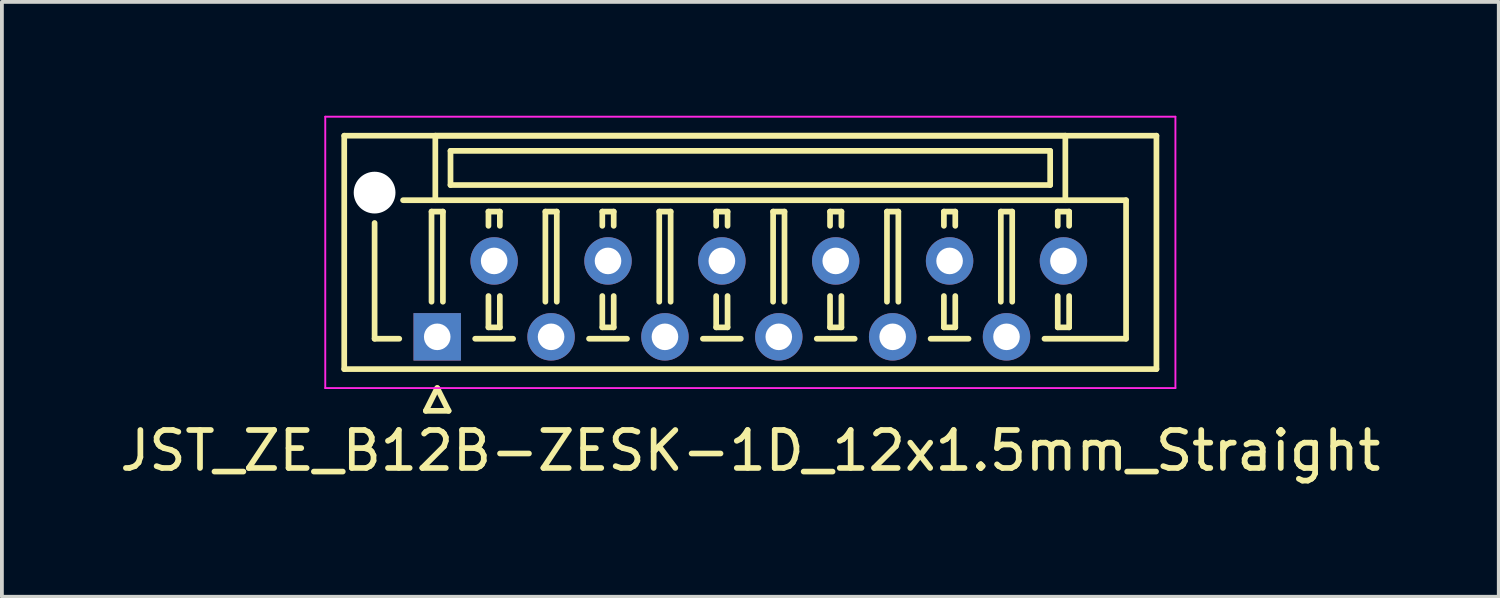
<source format=kicad_pcb>
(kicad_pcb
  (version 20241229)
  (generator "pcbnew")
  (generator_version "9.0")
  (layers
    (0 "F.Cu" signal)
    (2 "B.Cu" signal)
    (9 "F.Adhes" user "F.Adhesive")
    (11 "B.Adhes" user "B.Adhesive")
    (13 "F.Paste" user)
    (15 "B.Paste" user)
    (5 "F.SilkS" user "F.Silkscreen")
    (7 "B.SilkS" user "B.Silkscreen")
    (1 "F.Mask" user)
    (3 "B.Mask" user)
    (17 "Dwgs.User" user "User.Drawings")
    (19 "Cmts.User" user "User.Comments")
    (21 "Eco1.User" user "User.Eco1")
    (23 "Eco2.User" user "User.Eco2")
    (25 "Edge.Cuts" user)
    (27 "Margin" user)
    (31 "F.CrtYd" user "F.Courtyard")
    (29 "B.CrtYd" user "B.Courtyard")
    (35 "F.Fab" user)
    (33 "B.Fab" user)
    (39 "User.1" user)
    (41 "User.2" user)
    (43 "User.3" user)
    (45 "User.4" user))
  (footprint "JST_ZE_B12B-ZESK-1D_12x1.5mm_Straight"
    (layer "F.Cu")
    (at 8.47 5.825)
    (property "Reference" "JST_ZE_B12B-ZESK-1D_12x1.5mm_Straight" (at 8.25 3 0) (layer "F.SilkS") (effects (font (size 1 1) (thickness 0.15))))
    (attr through_hole)
    (fp_line (start -2.45 -5.3) (end -2.45 0.85) (stroke (width 0.15) (type solid)) (layer "F.SilkS"))
    (fp_line (start -2.45 0.85) (end 18.95 0.85) (stroke (width 0.15) (type solid)) (layer "F.SilkS"))
    (fp_line (start -1.65 -3) (end -1.65 0.05) (stroke (width 0.15) (type solid)) (layer "F.SilkS"))
    (fp_line (start -1.65 0.05) (end -1 0.05) (stroke (width 0.15) (type solid)) (layer "F.SilkS"))
    (fp_line (start -0.3 1.95) (end 0 1.35) (stroke (width 0.15) (type solid)) (layer "F.SilkS"))
    (fp_line (start -0.15 -3.3) (end 0.15 -3.3) (stroke (width 0.15) (type solid)) (layer "F.SilkS"))
    (fp_line (start -0.15 -0.925) (end -0.15 -3.3) (stroke (width 0.15) (type solid)) (layer "F.SilkS"))
    (fp_line (start -0.05 -5.3) (end -0.05 -3.6) (stroke (width 0.15) (type solid)) (layer "F.SilkS"))
    (fp_line (start -0.05 -3.6) (end -0.9 -3.6) (stroke (width 0.15) (type solid)) (layer "F.SilkS"))
    (fp_line (start -0.05 -3.6) (end 16.55 -3.6) (stroke (width 0.15) (type solid)) (layer "F.SilkS"))
    (fp_line (start 0 1.35) (end 0.3 1.95) (stroke (width 0.15) (type solid)) (layer "F.SilkS"))
    (fp_line (start 0.15 -3.3) (end 0.15 -0.925) (stroke (width 0.15) (type solid)) (layer "F.SilkS"))
    (fp_line (start 0.3 1.95) (end -0.3 1.95) (stroke (width 0.15) (type solid)) (layer "F.SilkS"))
    (fp_line (start 0.35 -4.9) (end 0.35 -4) (stroke (width 0.15) (type solid)) (layer "F.SilkS"))
    (fp_line (start 0.35 -4) (end 16.15 -4) (stroke (width 0.15) (type solid)) (layer "F.SilkS"))
    (fp_line (start 1 0.05) (end 2 0.05) (stroke (width 0.15) (type solid)) (layer "F.SilkS"))
    (fp_line (start 1.35 -3.3) (end 1.65 -3.3) (stroke (width 0.15) (type solid)) (layer "F.SilkS"))
    (fp_line (start 1.35 -2.925) (end 1.35 -3.3) (stroke (width 0.15) (type solid)) (layer "F.SilkS"))
    (fp_line (start 1.35 -1.075) (end 1.35 -0.25) (stroke (width 0.15) (type solid)) (layer "F.SilkS"))
    (fp_line (start 1.35 -0.25) (end 1.65 -0.25) (stroke (width 0.15) (type solid)) (layer "F.SilkS"))
    (fp_line (start 1.65 -3.3) (end 1.65 -2.925) (stroke (width 0.15) (type solid)) (layer "F.SilkS"))
    (fp_line (start 1.65 -0.25) (end 1.65 -1.075) (stroke (width 0.15) (type solid)) (layer "F.SilkS"))
    (fp_line (start 2.85 -3.3) (end 3.15 -3.3) (stroke (width 0.15) (type solid)) (layer "F.SilkS"))
    (fp_line (start 2.85 -0.925) (end 2.85 -3.3) (stroke (width 0.15) (type solid)) (layer "F.SilkS"))
    (fp_line (start 3.15 -3.3) (end 3.15 -0.925) (stroke (width 0.15) (type solid)) (layer "F.SilkS"))
    (fp_line (start 4 0.05) (end 5 0.05) (stroke (width 0.15) (type solid)) (layer "F.SilkS"))
    (fp_line (start 4.35 -3.3) (end 4.65 -3.3) (stroke (width 0.15) (type solid)) (layer "F.SilkS"))
    (fp_line (start 4.35 -2.925) (end 4.35 -3.3) (stroke (width 0.15) (type solid)) (layer "F.SilkS"))
    (fp_line (start 4.35 -1.075) (end 4.35 -0.25) (stroke (width 0.15) (type solid)) (layer "F.SilkS"))
    (fp_line (start 4.35 -0.25) (end 4.65 -0.25) (stroke (width 0.15) (type solid)) (layer "F.SilkS"))
    (fp_line (start 4.65 -3.3) (end 4.65 -2.925) (stroke (width 0.15) (type solid)) (layer "F.SilkS"))
    (fp_line (start 4.65 -0.25) (end 4.65 -1.075) (stroke (width 0.15) (type solid)) (layer "F.SilkS"))
    (fp_line (start 5.85 -3.3) (end 6.15 -3.3) (stroke (width 0.15) (type solid)) (layer "F.SilkS"))
    (fp_line (start 5.85 -0.925) (end 5.85 -3.3) (stroke (width 0.15) (type solid)) (layer "F.SilkS"))
    (fp_line (start 6.15 -3.3) (end 6.15 -0.925) (stroke (width 0.15) (type solid)) (layer "F.SilkS"))
    (fp_line (start 7 0.05) (end 8 0.05) (stroke (width 0.15) (type solid)) (layer "F.SilkS"))
    (fp_line (start 7.35 -3.3) (end 7.65 -3.3) (stroke (width 0.15) (type solid)) (layer "F.SilkS"))
    (fp_line (start 7.35 -2.925) (end 7.35 -3.3) (stroke (width 0.15) (type solid)) (layer "F.SilkS"))
    (fp_line (start 7.35 -1.075) (end 7.35 -0.25) (stroke (width 0.15) (type solid)) (layer "F.SilkS"))
    (fp_line (start 7.35 -0.25) (end 7.65 -0.25) (stroke (width 0.15) (type solid)) (layer "F.SilkS"))
    (fp_line (start 7.65 -3.3) (end 7.65 -2.925) (stroke (width 0.15) (type solid)) (layer "F.SilkS"))
    (fp_line (start 7.65 -0.25) (end 7.65 -1.075) (stroke (width 0.15) (type solid)) (layer "F.SilkS"))
    (fp_line (start 8.85 -3.3) (end 9.15 -3.3) (stroke (width 0.15) (type solid)) (layer "F.SilkS"))
    (fp_line (start 8.85 -0.925) (end 8.85 -3.3) (stroke (width 0.15) (type solid)) (layer "F.SilkS"))
    (fp_line (start 9.15 -3.3) (end 9.15 -0.925) (stroke (width 0.15) (type solid)) (layer "F.SilkS"))
    (fp_line (start 10 0.05) (end 11 0.05) (stroke (width 0.15) (type solid)) (layer "F.SilkS"))
    (fp_line (start 10.35 -3.3) (end 10.65 -3.3) (stroke (width 0.15) (type solid)) (layer "F.SilkS"))
    (fp_line (start 10.35 -2.925) (end 10.35 -3.3) (stroke (width 0.15) (type solid)) (layer "F.SilkS"))
    (fp_line (start 10.35 -1.075) (end 10.35 -0.25) (stroke (width 0.15) (type solid)) (layer "F.SilkS"))
    (fp_line (start 10.35 -0.25) (end 10.65 -0.25) (stroke (width 0.15) (type solid)) (layer "F.SilkS"))
    (fp_line (start 10.65 -3.3) (end 10.65 -2.925) (stroke (width 0.15) (type solid)) (layer "F.SilkS"))
    (fp_line (start 10.65 -0.25) (end 10.65 -1.075) (stroke (width 0.15) (type solid)) (layer "F.SilkS"))
    (fp_line (start 11.85 -3.3) (end 12.15 -3.3) (stroke (width 0.15) (type solid)) (layer "F.SilkS"))
    (fp_line (start 11.85 -0.925) (end 11.85 -3.3) (stroke (width 0.15) (type solid)) (layer "F.SilkS"))
    (fp_line (start 12.15 -3.3) (end 12.15 -0.925) (stroke (width 0.15) (type solid)) (layer "F.SilkS"))
    (fp_line (start 13 0.05) (end 14 0.05) (stroke (width 0.15) (type solid)) (layer "F.SilkS"))
    (fp_line (start 13.35 -3.3) (end 13.65 -3.3) (stroke (width 0.15) (type solid)) (layer "F.SilkS"))
    (fp_line (start 13.35 -2.925) (end 13.35 -3.3) (stroke (width 0.15) (type solid)) (layer "F.SilkS"))
    (fp_line (start 13.35 -1.075) (end 13.35 -0.25) (stroke (width 0.15) (type solid)) (layer "F.SilkS"))
    (fp_line (start 13.35 -0.25) (end 13.65 -0.25) (stroke (width 0.15) (type solid)) (layer "F.SilkS"))
    (fp_line (start 13.65 -3.3) (end 13.65 -2.925) (stroke (width 0.15) (type solid)) (layer "F.SilkS"))
    (fp_line (start 13.65 -0.25) (end 13.65 -1.075) (stroke (width 0.15) (type solid)) (layer "F.SilkS"))
    (fp_line (start 14.85 -3.3) (end 15.15 -3.3) (stroke (width 0.15) (type solid)) (layer "F.SilkS"))
    (fp_line (start 14.85 -0.925) (end 14.85 -3.3) (stroke (width 0.15) (type solid)) (layer "F.SilkS"))
    (fp_line (start 15.15 -3.3) (end 15.15 -0.925) (stroke (width 0.15) (type solid)) (layer "F.SilkS"))
    (fp_line (start 16.15 -4.9) (end 0.35 -4.9) (stroke (width 0.15) (type solid)) (layer "F.SilkS"))
    (fp_line (start 16.15 -4) (end 16.15 -4.9) (stroke (width 0.15) (type solid)) (layer "F.SilkS"))
    (fp_line (start 16.35 -3.3) (end 16.65 -3.3) (stroke (width 0.15) (type solid)) (layer "F.SilkS"))
    (fp_line (start 16.35 -2.925) (end 16.35 -3.3) (stroke (width 0.15) (type solid)) (layer "F.SilkS"))
    (fp_line (start 16.35 -1.075) (end 16.35 -0.25) (stroke (width 0.15) (type solid)) (layer "F.SilkS"))
    (fp_line (start 16.35 -0.25) (end 16.65 -0.25) (stroke (width 0.15) (type solid)) (layer "F.SilkS"))
    (fp_line (start 16.55 -5.3) (end -0.05 -5.3) (stroke (width 0.15) (type solid)) (layer "F.SilkS"))
    (fp_line (start 16.55 -3.6) (end 16.55 -5.3) (stroke (width 0.15) (type solid)) (layer "F.SilkS"))
    (fp_line (start 16.55 -3.6) (end 18.15 -3.6) (stroke (width 0.15) (type solid)) (layer "F.SilkS"))
    (fp_line (start 16.65 -3.3) (end 16.65 -2.925) (stroke (width 0.15) (type solid)) (layer "F.SilkS"))
    (fp_line (start 16.65 -0.25) (end 16.65 -1.075) (stroke (width 0.15) (type solid)) (layer "F.SilkS"))
    (fp_line (start 18.15 -3.6) (end 18.15 0.05) (stroke (width 0.15) (type solid)) (layer "F.SilkS"))
    (fp_line (start 18.15 0.05) (end 16 0.05) (stroke (width 0.15) (type solid)) (layer "F.SilkS"))
    (fp_line (start 18.95 -5.3) (end -2.45 -5.3) (stroke (width 0.15) (type solid)) (layer "F.SilkS"))
    (fp_line (start 18.95 0.85) (end 18.95 -5.3) (stroke (width 0.15) (type solid)) (layer "F.SilkS"))
    (fp_line (start -2.95 -5.8) (end -2.95 1.35) (stroke (width 0.05) (type solid)) (layer "F.CrtYd"))
    (fp_line (start -2.95 1.35) (end 19.45 1.35) (stroke (width 0.05) (type solid)) (layer "F.CrtYd"))
    (fp_line (start 19.45 -5.8) (end -2.95 -5.8) (stroke (width 0.05) (type solid)) (layer "F.CrtYd"))
    (fp_line (start 19.45 1.35) (end 19.45 -5.8) (stroke (width 0.05) (type solid)) (layer "F.CrtYd"))
    (pad "" np_thru_hole circle (at -1.65 -3.8) (size 1.1 1.1) (drill 1.1) (layers "*.Cu"))
    (pad "1" thru_hole rect (at 0 0) (size 1.25 1.25) (drill 0.7) (layers "*.Cu" "*.Mask"))
    (pad "2" thru_hole circle (at 1.5 -2) (size 1.25 1.25) (drill 0.7) (layers "*.Cu" "*.Mask"))
    (pad "3" thru_hole circle (at 3 0) (size 1.25 1.25) (drill 0.7) (layers "*.Cu" "*.Mask"))
    (pad "4" thru_hole circle (at 4.5 -2) (size 1.25 1.25) (drill 0.7) (layers "*.Cu" "*.Mask"))
    (pad "5" thru_hole circle (at 6 0) (size 1.25 1.25) (drill 0.7) (layers "*.Cu" "*.Mask"))
    (pad "6" thru_hole circle (at 7.5 -2) (size 1.25 1.25) (drill 0.7) (layers "*.Cu" "*.Mask"))
    (pad "7" thru_hole circle (at 9 0) (size 1.25 1.25) (drill 0.7) (layers "*.Cu" "*.Mask"))
    (pad "8" thru_hole circle (at 10.5 -2) (size 1.25 1.25) (drill 0.7) (layers "*.Cu" "*.Mask"))
    (pad "9" thru_hole circle (at 12 0) (size 1.25 1.25) (drill 0.7) (layers "*.Cu" "*.Mask"))
    (pad "10" thru_hole circle (at 13.5 -2) (size 1.25 1.25) (drill 0.7) (layers "*.Cu" "*.Mask"))
    (pad "11" thru_hole circle (at 15 0) (size 1.25 1.25) (drill 0.7) (layers "*.Cu" "*.Mask"))
    (pad "12" thru_hole circle (at 16.5 -2) (size 1.25 1.25) (drill 0.7) (layers "*.Cu" "*.Mask")))
  (gr_rect
    (start -3 -3)
    (end 36.44 12.673)
    (stroke (width 0.1) (type default))
    (fill no)
    (layer "Edge.Cuts")))
</source>
